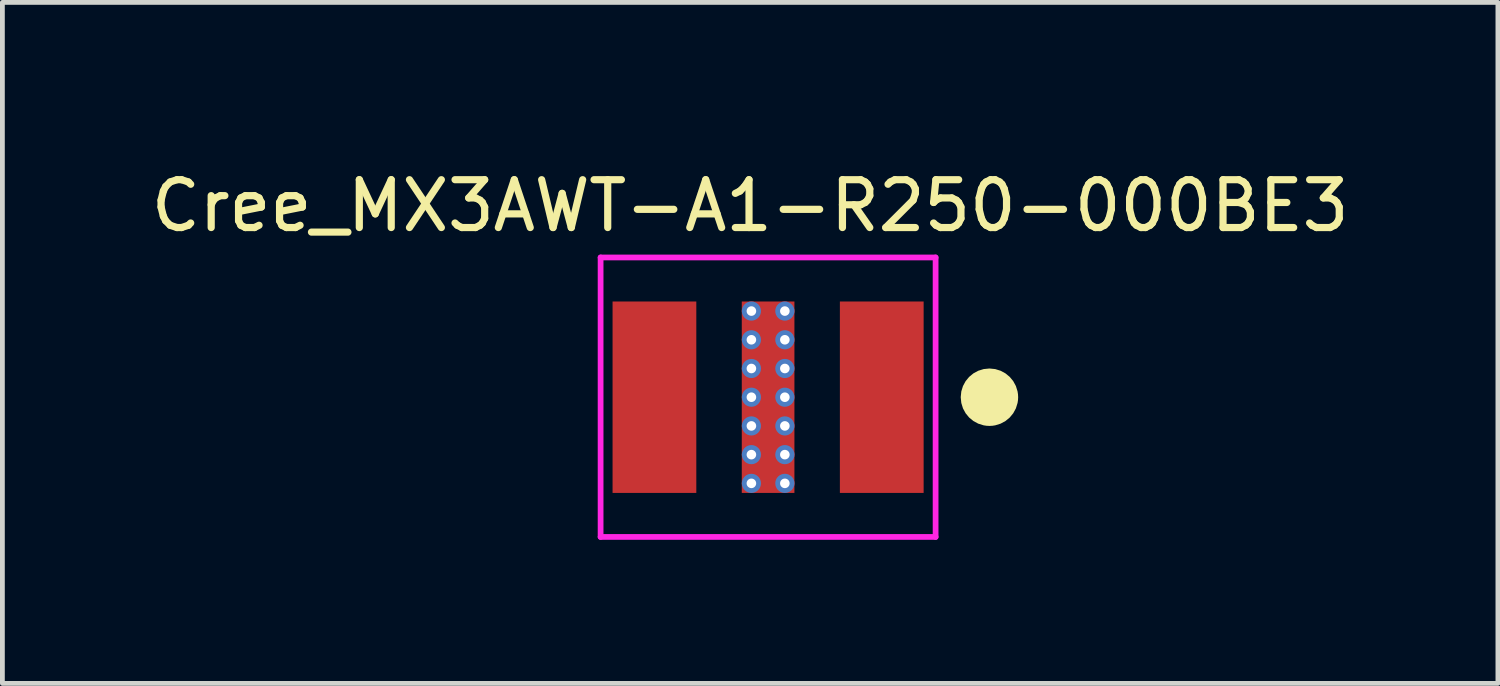
<source format=kicad_pcb>
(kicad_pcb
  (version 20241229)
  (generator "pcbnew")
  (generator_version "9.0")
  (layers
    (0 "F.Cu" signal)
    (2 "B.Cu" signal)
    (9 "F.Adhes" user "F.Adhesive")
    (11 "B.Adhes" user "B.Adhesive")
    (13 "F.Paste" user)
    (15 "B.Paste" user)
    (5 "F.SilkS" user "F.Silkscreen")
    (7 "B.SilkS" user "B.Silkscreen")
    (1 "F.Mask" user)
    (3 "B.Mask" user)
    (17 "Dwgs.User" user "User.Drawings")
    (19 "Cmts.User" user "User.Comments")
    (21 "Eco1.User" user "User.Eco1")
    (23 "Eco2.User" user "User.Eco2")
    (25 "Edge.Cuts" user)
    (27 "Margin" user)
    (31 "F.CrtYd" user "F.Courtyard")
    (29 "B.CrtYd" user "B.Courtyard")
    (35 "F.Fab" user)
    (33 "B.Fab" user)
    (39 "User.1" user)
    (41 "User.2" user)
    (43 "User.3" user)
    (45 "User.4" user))
  (footprint "Cree_MX3AWT-A1-R250-000BE3"
    (layer "F.Cu")
    (at 10.625 0.25)
    (property "Reference" "Cree_MX3AWT-A1-R250-000BE3" (at 2 1 0) (layer "F.SilkS") (effects (font (size 1 1) (thickness 0.15))))
    (attr through_hole)
    (fp_circle (center 7 5) (end 7.3 5) (stroke (width 0.6) (type solid)) (fill no) (layer "F.SilkS"))
    (fp_line (start -1.125 2.08) (end -1.125 7.92) (stroke (width 0.12) (type solid)) (layer "F.CrtYd"))
    (fp_line (start -1.125 2.08) (end 5.875 2.08) (stroke (width 0.12) (type solid)) (layer "F.CrtYd"))
    (fp_line (start -1.125 7.92) (end 5.875 7.92) (stroke (width 0.12) (type solid)) (layer "F.CrtYd"))
    (fp_line (start 5.875 2.08) (end 5.875 7.92) (stroke (width 0.12) (type solid)) (layer "F.CrtYd"))
    (pad "65" thru_hole circle (at 2.026 3.2) (size 0.4 0.4) (drill 0.2) (layers "*.Cu" "B.Mask"))
    (pad "65" thru_hole circle (at 2.026 3.8) (size 0.4 0.4) (drill 0.2) (layers "*.Cu" "B.Mask"))
    (pad "65" thru_hole circle (at 2.026 4.4) (size 0.4 0.4) (drill 0.2) (layers "*.Cu" "B.Mask"))
    (pad "65" thru_hole circle (at 2.026 5) (size 0.4 0.4) (drill 0.2) (layers "*.Cu" "B.Mask"))
    (pad "65" thru_hole circle (at 2.026 5.6) (size 0.4 0.4) (drill 0.2) (layers "*.Cu" "B.Mask"))
    (pad "65" thru_hole circle (at 2.026 6.2) (size 0.4 0.4) (drill 0.2) (layers "*.Cu" "B.Mask"))
    (pad "65" thru_hole circle (at 2.026 6.8) (size 0.4 0.4) (drill 0.2) (layers "*.Cu" "B.Mask"))
    (pad "65" smd rect (at 2.375 5) (size 1.1 4) (layers "F.Cu" "F.Mask" "F.Paste"))
    (pad "65" thru_hole circle (at 2.725 3.2) (size 0.4 0.4) (drill 0.2) (layers "*.Cu" "B.Mask"))
    (pad "65" thru_hole circle (at 2.725 3.8) (size 0.4 0.4) (drill 0.2) (layers "*.Cu" "B.Mask"))
    (pad "65" thru_hole circle (at 2.725 4.4) (size 0.4 0.4) (drill 0.2) (layers "*.Cu" "B.Mask"))
    (pad "65" thru_hole circle (at 2.725 5) (size 0.4 0.4) (drill 0.2) (layers "*.Cu" "B.Mask"))
    (pad "65" thru_hole circle (at 2.725 5.6) (size 0.4 0.4) (drill 0.2) (layers "*.Cu" "B.Mask"))
    (pad "65" thru_hole circle (at 2.725 6.2) (size 0.4 0.4) (drill 0.2) (layers "*.Cu" "B.Mask"))
    (pad "65" thru_hole circle (at 2.725 6.8) (size 0.4 0.4) (drill 0.2) (layers "*.Cu" "B.Mask"))
    (pad "A" smd rect (at 0 5) (size 1.75 4) (layers "F.Cu" "F.Mask" "F.Paste"))
    (pad "C" smd rect (at 4.75 5) (size 1.75 4) (layers "F.Cu" "F.Mask" "F.Paste")))
  (gr_rect
    (start -3 -3)
    (end 28.25 11.23)
    (stroke (width 0.1) (type default))
    (fill no)
    (layer "Edge.Cuts")))
</source>
